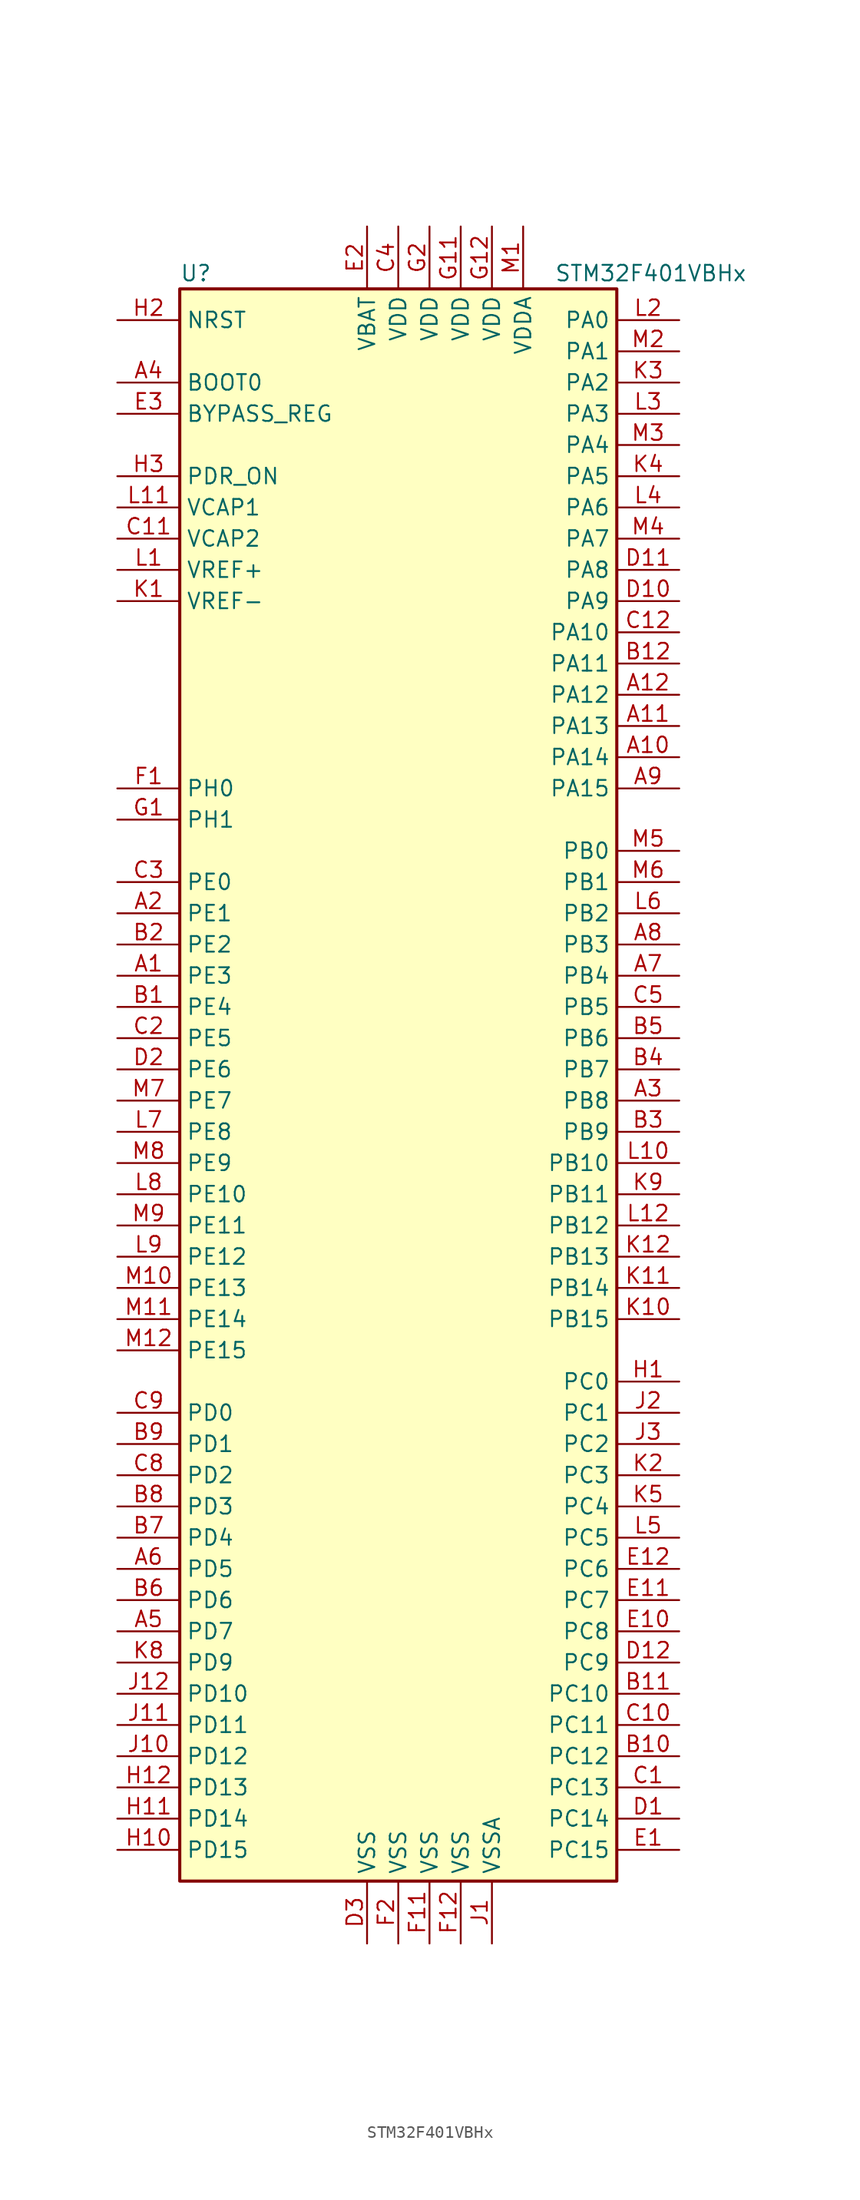
<source format=kicad_sym>
(kicad_symbol_lib
  (version 20201005)
  (generator kicad_symbol_editor)
  (symbol "STM32F401VBHx"
    (property "Reference" "U"
      (at -17.78 64.77 0)
      (effects (font (size 1.27 1.27)) (justify left)))
    (property "Value" "STM32F401VBHx"
      (at 12.7 64.77 0)
      (effects (font (size 1.27 1.27)) (justify left)))
    (symbol "STM32F401VBHx_0_1"
      (rectangle (start -17.78 -66.04) (end 17.78 63.5) (stroke (width 0.254)) (fill (type background))))
    (symbol "STM32F401VBHx_1_1"
      (pin bidirectional line (at -22.86 7.62 0) (length 5.08) (name "PE3" (effects (font (size 1.27 1.27)))) (number "A1" (effects (font (size 1.27 1.27)))))
      (pin bidirectional line (at 22.86 25.4 180) (length 5.08) (name "PA14" (effects (font (size 1.27 1.27)))) (number "A10" (effects (font (size 1.27 1.27)))))
      (pin bidirectional line (at 22.86 27.94 180) (length 5.08) (name "PA13" (effects (font (size 1.27 1.27)))) (number "A11" (effects (font (size 1.27 1.27)))))
      (pin bidirectional line (at 22.86 30.48 180) (length 5.08) (name "PA12" (effects (font (size 1.27 1.27)))) (number "A12" (effects (font (size 1.27 1.27)))))
      (pin bidirectional line (at -22.86 12.7 0) (length 5.08) (name "PE1" (effects (font (size 1.27 1.27)))) (number "A2" (effects (font (size 1.27 1.27)))))
      (pin bidirectional line (at 22.86 -2.54 180) (length 5.08) (name "PB8" (effects (font (size 1.27 1.27)))) (number "A3" (effects (font (size 1.27 1.27)))))
      (pin input line (at -22.86 55.88 0) (length 5.08) (name "BOOT0" (effects (font (size 1.27 1.27)))) (number "A4" (effects (font (size 1.27 1.27)))))
      (pin bidirectional line (at -22.86 -45.72 0) (length 5.08) (name "PD7" (effects (font (size 1.27 1.27)))) (number "A5" (effects (font (size 1.27 1.27)))))
      (pin bidirectional line (at -22.86 -40.64 0) (length 5.08) (name "PD5" (effects (font (size 1.27 1.27)))) (number "A6" (effects (font (size 1.27 1.27)))))
      (pin bidirectional line (at 22.86 7.62 180) (length 5.08) (name "PB4" (effects (font (size 1.27 1.27)))) (number "A7" (effects (font (size 1.27 1.27)))))
      (pin bidirectional line (at 22.86 10.16 180) (length 5.08) (name "PB3" (effects (font (size 1.27 1.27)))) (number "A8" (effects (font (size 1.27 1.27)))))
      (pin bidirectional line (at 22.86 22.86 180) (length 5.08) (name "PA15" (effects (font (size 1.27 1.27)))) (number "A9" (effects (font (size 1.27 1.27)))))
      (pin bidirectional line (at -22.86 5.08 0) (length 5.08) (name "PE4" (effects (font (size 1.27 1.27)))) (number "B1" (effects (font (size 1.27 1.27)))))
      (pin bidirectional line (at 22.86 -55.88 180) (length 5.08) (name "PC12" (effects (font (size 1.27 1.27)))) (number "B10" (effects (font (size 1.27 1.27)))))
      (pin bidirectional line (at 22.86 -50.8 180) (length 5.08) (name "PC10" (effects (font (size 1.27 1.27)))) (number "B11" (effects (font (size 1.27 1.27)))))
      (pin bidirectional line (at 22.86 33.02 180) (length 5.08) (name "PA11" (effects (font (size 1.27 1.27)))) (number "B12" (effects (font (size 1.27 1.27)))))
      (pin bidirectional line (at -22.86 10.16 0) (length 5.08) (name "PE2" (effects (font (size 1.27 1.27)))) (number "B2" (effects (font (size 1.27 1.27)))))
      (pin bidirectional line (at 22.86 -5.08 180) (length 5.08) (name "PB9" (effects (font (size 1.27 1.27)))) (number "B3" (effects (font (size 1.27 1.27)))))
      (pin bidirectional line (at 22.86 0 180) (length 5.08) (name "PB7" (effects (font (size 1.27 1.27)))) (number "B4" (effects (font (size 1.27 1.27)))))
      (pin bidirectional line (at 22.86 2.54 180) (length 5.08) (name "PB6" (effects (font (size 1.27 1.27)))) (number "B5" (effects (font (size 1.27 1.27)))))
      (pin bidirectional line (at -22.86 -43.18 0) (length 5.08) (name "PD6" (effects (font (size 1.27 1.27)))) (number "B6" (effects (font (size 1.27 1.27)))))
      (pin bidirectional line (at -22.86 -38.1 0) (length 5.08) (name "PD4" (effects (font (size 1.27 1.27)))) (number "B7" (effects (font (size 1.27 1.27)))))
      (pin bidirectional line (at -22.86 -35.56 0) (length 5.08) (name "PD3" (effects (font (size 1.27 1.27)))) (number "B8" (effects (font (size 1.27 1.27)))))
      (pin bidirectional line (at -22.86 -30.48 0) (length 5.08) (name "PD1" (effects (font (size 1.27 1.27)))) (number "B9" (effects (font (size 1.27 1.27)))))
      (pin bidirectional line (at 22.86 -58.42 180) (length 5.08) (name "PC13" (effects (font (size 1.27 1.27)))) (number "C1" (effects (font (size 1.27 1.27)))))
      (pin bidirectional line (at 22.86 -53.34 180) (length 5.08) (name "PC11" (effects (font (size 1.27 1.27)))) (number "C10" (effects (font (size 1.27 1.27)))))
      (pin power_in line (at -22.86 43.18 0) (length 5.08) (name "VCAP2" (effects (font (size 1.27 1.27)))) (number "C11" (effects (font (size 1.27 1.27)))))
      (pin bidirectional line (at 22.86 35.56 180) (length 5.08) (name "PA10" (effects (font (size 1.27 1.27)))) (number "C12" (effects (font (size 1.27 1.27)))))
      (pin bidirectional line (at -22.86 2.54 0) (length 5.08) (name "PE5" (effects (font (size 1.27 1.27)))) (number "C2" (effects (font (size 1.27 1.27)))))
      (pin bidirectional line (at -22.86 15.24 0) (length 5.08) (name "PE0" (effects (font (size 1.27 1.27)))) (number "C3" (effects (font (size 1.27 1.27)))))
      (pin power_in line (at 0 68.58 270) (length 5.08) (name "VDD" (effects (font (size 1.27 1.27)))) (number "C4" (effects (font (size 1.27 1.27)))))
      (pin bidirectional line (at 22.86 5.08 180) (length 5.08) (name "PB5" (effects (font (size 1.27 1.27)))) (number "C5" (effects (font (size 1.27 1.27)))))
      (pin bidirectional line (at -22.86 -33.02 0) (length 5.08) (name "PD2" (effects (font (size 1.27 1.27)))) (number "C8" (effects (font (size 1.27 1.27)))))
      (pin bidirectional line (at -22.86 -27.94 0) (length 5.08) (name "PD0" (effects (font (size 1.27 1.27)))) (number "C9" (effects (font (size 1.27 1.27)))))
      (pin bidirectional line (at 22.86 -60.96 180) (length 5.08) (name "PC14" (effects (font (size 1.27 1.27)))) (number "D1" (effects (font (size 1.27 1.27)))))
      (pin bidirectional line (at 22.86 38.1 180) (length 5.08) (name "PA9" (effects (font (size 1.27 1.27)))) (number "D10" (effects (font (size 1.27 1.27)))))
      (pin bidirectional line (at 22.86 40.64 180) (length 5.08) (name "PA8" (effects (font (size 1.27 1.27)))) (number "D11" (effects (font (size 1.27 1.27)))))
      (pin bidirectional line (at 22.86 -48.26 180) (length 5.08) (name "PC9" (effects (font (size 1.27 1.27)))) (number "D12" (effects (font (size 1.27 1.27)))))
      (pin bidirectional line (at -22.86 0 0) (length 5.08) (name "PE6" (effects (font (size 1.27 1.27)))) (number "D2" (effects (font (size 1.27 1.27)))))
      (pin power_in line (at -2.54 -71.12 90) (length 5.08) (name "VSS" (effects (font (size 1.27 1.27)))) (number "D3" (effects (font (size 1.27 1.27)))))
      (pin bidirectional line (at 22.86 -63.5 180) (length 5.08) (name "PC15" (effects (font (size 1.27 1.27)))) (number "E1" (effects (font (size 1.27 1.27)))))
      (pin bidirectional line (at 22.86 -45.72 180) (length 5.08) (name "PC8" (effects (font (size 1.27 1.27)))) (number "E10" (effects (font (size 1.27 1.27)))))
      (pin bidirectional line (at 22.86 -43.18 180) (length 5.08) (name "PC7" (effects (font (size 1.27 1.27)))) (number "E11" (effects (font (size 1.27 1.27)))))
      (pin bidirectional line (at 22.86 -40.64 180) (length 5.08) (name "PC6" (effects (font (size 1.27 1.27)))) (number "E12" (effects (font (size 1.27 1.27)))))
      (pin power_in line (at -2.54 68.58 270) (length 5.08) (name "VBAT" (effects (font (size 1.27 1.27)))) (number "E2" (effects (font (size 1.27 1.27)))))
      (pin input line (at -22.86 53.34 0) (length 5.08) (name "BYPASS_REG" (effects (font (size 1.27 1.27)))) (number "E3" (effects (font (size 1.27 1.27)))))
      (pin input line (at -22.86 22.86 0) (length 5.08) (name "PH0" (effects (font (size 1.27 1.27)))) (number "F1" (effects (font (size 1.27 1.27)))))
      (pin power_in line (at 2.54 -71.12 90) (length 5.08) (name "VSS" (effects (font (size 1.27 1.27)))) (number "F11" (effects (font (size 1.27 1.27)))))
      (pin power_in line (at 5.08 -71.12 90) (length 5.08) (name "VSS" (effects (font (size 1.27 1.27)))) (number "F12" (effects (font (size 1.27 1.27)))))
      (pin power_in line (at 0 -71.12 90) (length 5.08) (name "VSS" (effects (font (size 1.27 1.27)))) (number "F2" (effects (font (size 1.27 1.27)))))
      (pin input line (at -22.86 20.32 0) (length 5.08) (name "PH1" (effects (font (size 1.27 1.27)))) (number "G1" (effects (font (size 1.27 1.27)))))
      (pin power_in line (at 5.08 68.58 270) (length 5.08) (name "VDD" (effects (font (size 1.27 1.27)))) (number "G11" (effects (font (size 1.27 1.27)))))
      (pin power_in line (at 7.62 68.58 270) (length 5.08) (name "VDD" (effects (font (size 1.27 1.27)))) (number "G12" (effects (font (size 1.27 1.27)))))
      (pin power_in line (at 2.54 68.58 270) (length 5.08) (name "VDD" (effects (font (size 1.27 1.27)))) (number "G2" (effects (font (size 1.27 1.27)))))
      (pin bidirectional line (at 22.86 -25.4 180) (length 5.08) (name "PC0" (effects (font (size 1.27 1.27)))) (number "H1" (effects (font (size 1.27 1.27)))))
      (pin bidirectional line (at -22.86 -63.5 0) (length 5.08) (name "PD15" (effects (font (size 1.27 1.27)))) (number "H10" (effects (font (size 1.27 1.27)))))
      (pin bidirectional line (at -22.86 -60.96 0) (length 5.08) (name "PD14" (effects (font (size 1.27 1.27)))) (number "H11" (effects (font (size 1.27 1.27)))))
      (pin bidirectional line (at -22.86 -58.42 0) (length 5.08) (name "PD13" (effects (font (size 1.27 1.27)))) (number "H12" (effects (font (size 1.27 1.27)))))
      (pin input line (at -22.86 60.96 0) (length 5.08) (name "NRST" (effects (font (size 1.27 1.27)))) (number "H2" (effects (font (size 1.27 1.27)))))
      (pin power_in line (at -22.86 48.26 0) (length 5.08) (name "PDR_ON" (effects (font (size 1.27 1.27)))) (number "H3" (effects (font (size 1.27 1.27)))))
      (pin power_in line (at 7.62 -71.12 90) (length 5.08) (name "VSSA" (effects (font (size 1.27 1.27)))) (number "J1" (effects (font (size 1.27 1.27)))))
      (pin bidirectional line (at -22.86 -55.88 0) (length 5.08) (name "PD12" (effects (font (size 1.27 1.27)))) (number "J10" (effects (font (size 1.27 1.27)))))
      (pin bidirectional line (at -22.86 -53.34 0) (length 5.08) (name "PD11" (effects (font (size 1.27 1.27)))) (number "J11" (effects (font (size 1.27 1.27)))))
      (pin bidirectional line (at -22.86 -50.8 0) (length 5.08) (name "PD10" (effects (font (size 1.27 1.27)))) (number "J12" (effects (font (size 1.27 1.27)))))
      (pin bidirectional line (at 22.86 -27.94 180) (length 5.08) (name "PC1" (effects (font (size 1.27 1.27)))) (number "J2" (effects (font (size 1.27 1.27)))))
      (pin bidirectional line (at 22.86 -30.48 180) (length 5.08) (name "PC2" (effects (font (size 1.27 1.27)))) (number "J3" (effects (font (size 1.27 1.27)))))
      (pin power_in line (at -22.86 38.1 0) (length 5.08) (name "VREF-" (effects (font (size 1.27 1.27)))) (number "K1" (effects (font (size 1.27 1.27)))))
      (pin bidirectional line (at 22.86 -20.32 180) (length 5.08) (name "PB15" (effects (font (size 1.27 1.27)))) (number "K10" (effects (font (size 1.27 1.27)))))
      (pin bidirectional line (at 22.86 -17.78 180) (length 5.08) (name "PB14" (effects (font (size 1.27 1.27)))) (number "K11" (effects (font (size 1.27 1.27)))))
      (pin bidirectional line (at 22.86 -15.24 180) (length 5.08) (name "PB13" (effects (font (size 1.27 1.27)))) (number "K12" (effects (font (size 1.27 1.27)))))
      (pin bidirectional line (at 22.86 -33.02 180) (length 5.08) (name "PC3" (effects (font (size 1.27 1.27)))) (number "K2" (effects (font (size 1.27 1.27)))))
      (pin bidirectional line (at 22.86 55.88 180) (length 5.08) (name "PA2" (effects (font (size 1.27 1.27)))) (number "K3" (effects (font (size 1.27 1.27)))))
      (pin bidirectional line (at 22.86 48.26 180) (length 5.08) (name "PA5" (effects (font (size 1.27 1.27)))) (number "K4" (effects (font (size 1.27 1.27)))))
      (pin bidirectional line (at 22.86 -35.56 180) (length 5.08) (name "PC4" (effects (font (size 1.27 1.27)))) (number "K5" (effects (font (size 1.27 1.27)))))
      (pin bidirectional line (at -22.86 -48.26 0) (length 5.08) (name "PD9" (effects (font (size 1.27 1.27)))) (number "K8" (effects (font (size 1.27 1.27)))))
      (pin bidirectional line (at 22.86 -10.16 180) (length 5.08) (name "PB11" (effects (font (size 1.27 1.27)))) (number "K9" (effects (font (size 1.27 1.27)))))
      (pin power_in line (at -22.86 40.64 0) (length 5.08) (name "VREF+" (effects (font (size 1.27 1.27)))) (number "L1" (effects (font (size 1.27 1.27)))))
      (pin bidirectional line (at 22.86 -7.62 180) (length 5.08) (name "PB10" (effects (font (size 1.27 1.27)))) (number "L10" (effects (font (size 1.27 1.27)))))
      (pin power_in line (at -22.86 45.72 0) (length 5.08) (name "VCAP1" (effects (font (size 1.27 1.27)))) (number "L11" (effects (font (size 1.27 1.27)))))
      (pin bidirectional line (at 22.86 -12.7 180) (length 5.08) (name "PB12" (effects (font (size 1.27 1.27)))) (number "L12" (effects (font (size 1.27 1.27)))))
      (pin bidirectional line (at 22.86 60.96 180) (length 5.08) (name "PA0" (effects (font (size 1.27 1.27)))) (number "L2" (effects (font (size 1.27 1.27)))))
      (pin bidirectional line (at 22.86 53.34 180) (length 5.08) (name "PA3" (effects (font (size 1.27 1.27)))) (number "L3" (effects (font (size 1.27 1.27)))))
      (pin bidirectional line (at 22.86 45.72 180) (length 5.08) (name "PA6" (effects (font (size 1.27 1.27)))) (number "L4" (effects (font (size 1.27 1.27)))))
      (pin bidirectional line (at 22.86 -38.1 180) (length 5.08) (name "PC5" (effects (font (size 1.27 1.27)))) (number "L5" (effects (font (size 1.27 1.27)))))
      (pin bidirectional line (at 22.86 12.7 180) (length 5.08) (name "PB2" (effects (font (size 1.27 1.27)))) (number "L6" (effects (font (size 1.27 1.27)))))
      (pin bidirectional line (at -22.86 -5.08 0) (length 5.08) (name "PE8" (effects (font (size 1.27 1.27)))) (number "L7" (effects (font (size 1.27 1.27)))))
      (pin bidirectional line (at -22.86 -10.16 0) (length 5.08) (name "PE10" (effects (font (size 1.27 1.27)))) (number "L8" (effects (font (size 1.27 1.27)))))
      (pin bidirectional line (at -22.86 -15.24 0) (length 5.08) (name "PE12" (effects (font (size 1.27 1.27)))) (number "L9" (effects (font (size 1.27 1.27)))))
      (pin power_in line (at 10.16 68.58 270) (length 5.08) (name "VDDA" (effects (font (size 1.27 1.27)))) (number "M1" (effects (font (size 1.27 1.27)))))
      (pin bidirectional line (at -22.86 -17.78 0) (length 5.08) (name "PE13" (effects (font (size 1.27 1.27)))) (number "M10" (effects (font (size 1.27 1.27)))))
      (pin bidirectional line (at -22.86 -20.32 0) (length 5.08) (name "PE14" (effects (font (size 1.27 1.27)))) (number "M11" (effects (font (size 1.27 1.27)))))
      (pin bidirectional line (at -22.86 -22.86 0) (length 5.08) (name "PE15" (effects (font (size 1.27 1.27)))) (number "M12" (effects (font (size 1.27 1.27)))))
      (pin bidirectional line (at 22.86 58.42 180) (length 5.08) (name "PA1" (effects (font (size 1.27 1.27)))) (number "M2" (effects (font (size 1.27 1.27)))))
      (pin bidirectional line (at 22.86 50.8 180) (length 5.08) (name "PA4" (effects (font (size 1.27 1.27)))) (number "M3" (effects (font (size 1.27 1.27)))))
      (pin bidirectional line (at 22.86 43.18 180) (length 5.08) (name "PA7" (effects (font (size 1.27 1.27)))) (number "M4" (effects (font (size 1.27 1.27)))))
      (pin bidirectional line (at 22.86 17.78 180) (length 5.08) (name "PB0" (effects (font (size 1.27 1.27)))) (number "M5" (effects (font (size 1.27 1.27)))))
      (pin bidirectional line (at 22.86 15.24 180) (length 5.08) (name "PB1" (effects (font (size 1.27 1.27)))) (number "M6" (effects (font (size 1.27 1.27)))))
      (pin bidirectional line (at -22.86 -2.54 0) (length 5.08) (name "PE7" (effects (font (size 1.27 1.27)))) (number "M7" (effects (font (size 1.27 1.27)))))
      (pin bidirectional line (at -22.86 -7.62 0) (length 5.08) (name "PE9" (effects (font (size 1.27 1.27)))) (number "M8" (effects (font (size 1.27 1.27)))))
      (pin bidirectional line (at -22.86 -12.7 0) (length 5.08) (name "PE11" (effects (font (size 1.27 1.27)))) (number "M9" (effects (font (size 1.27 1.27))))))))
</source>
